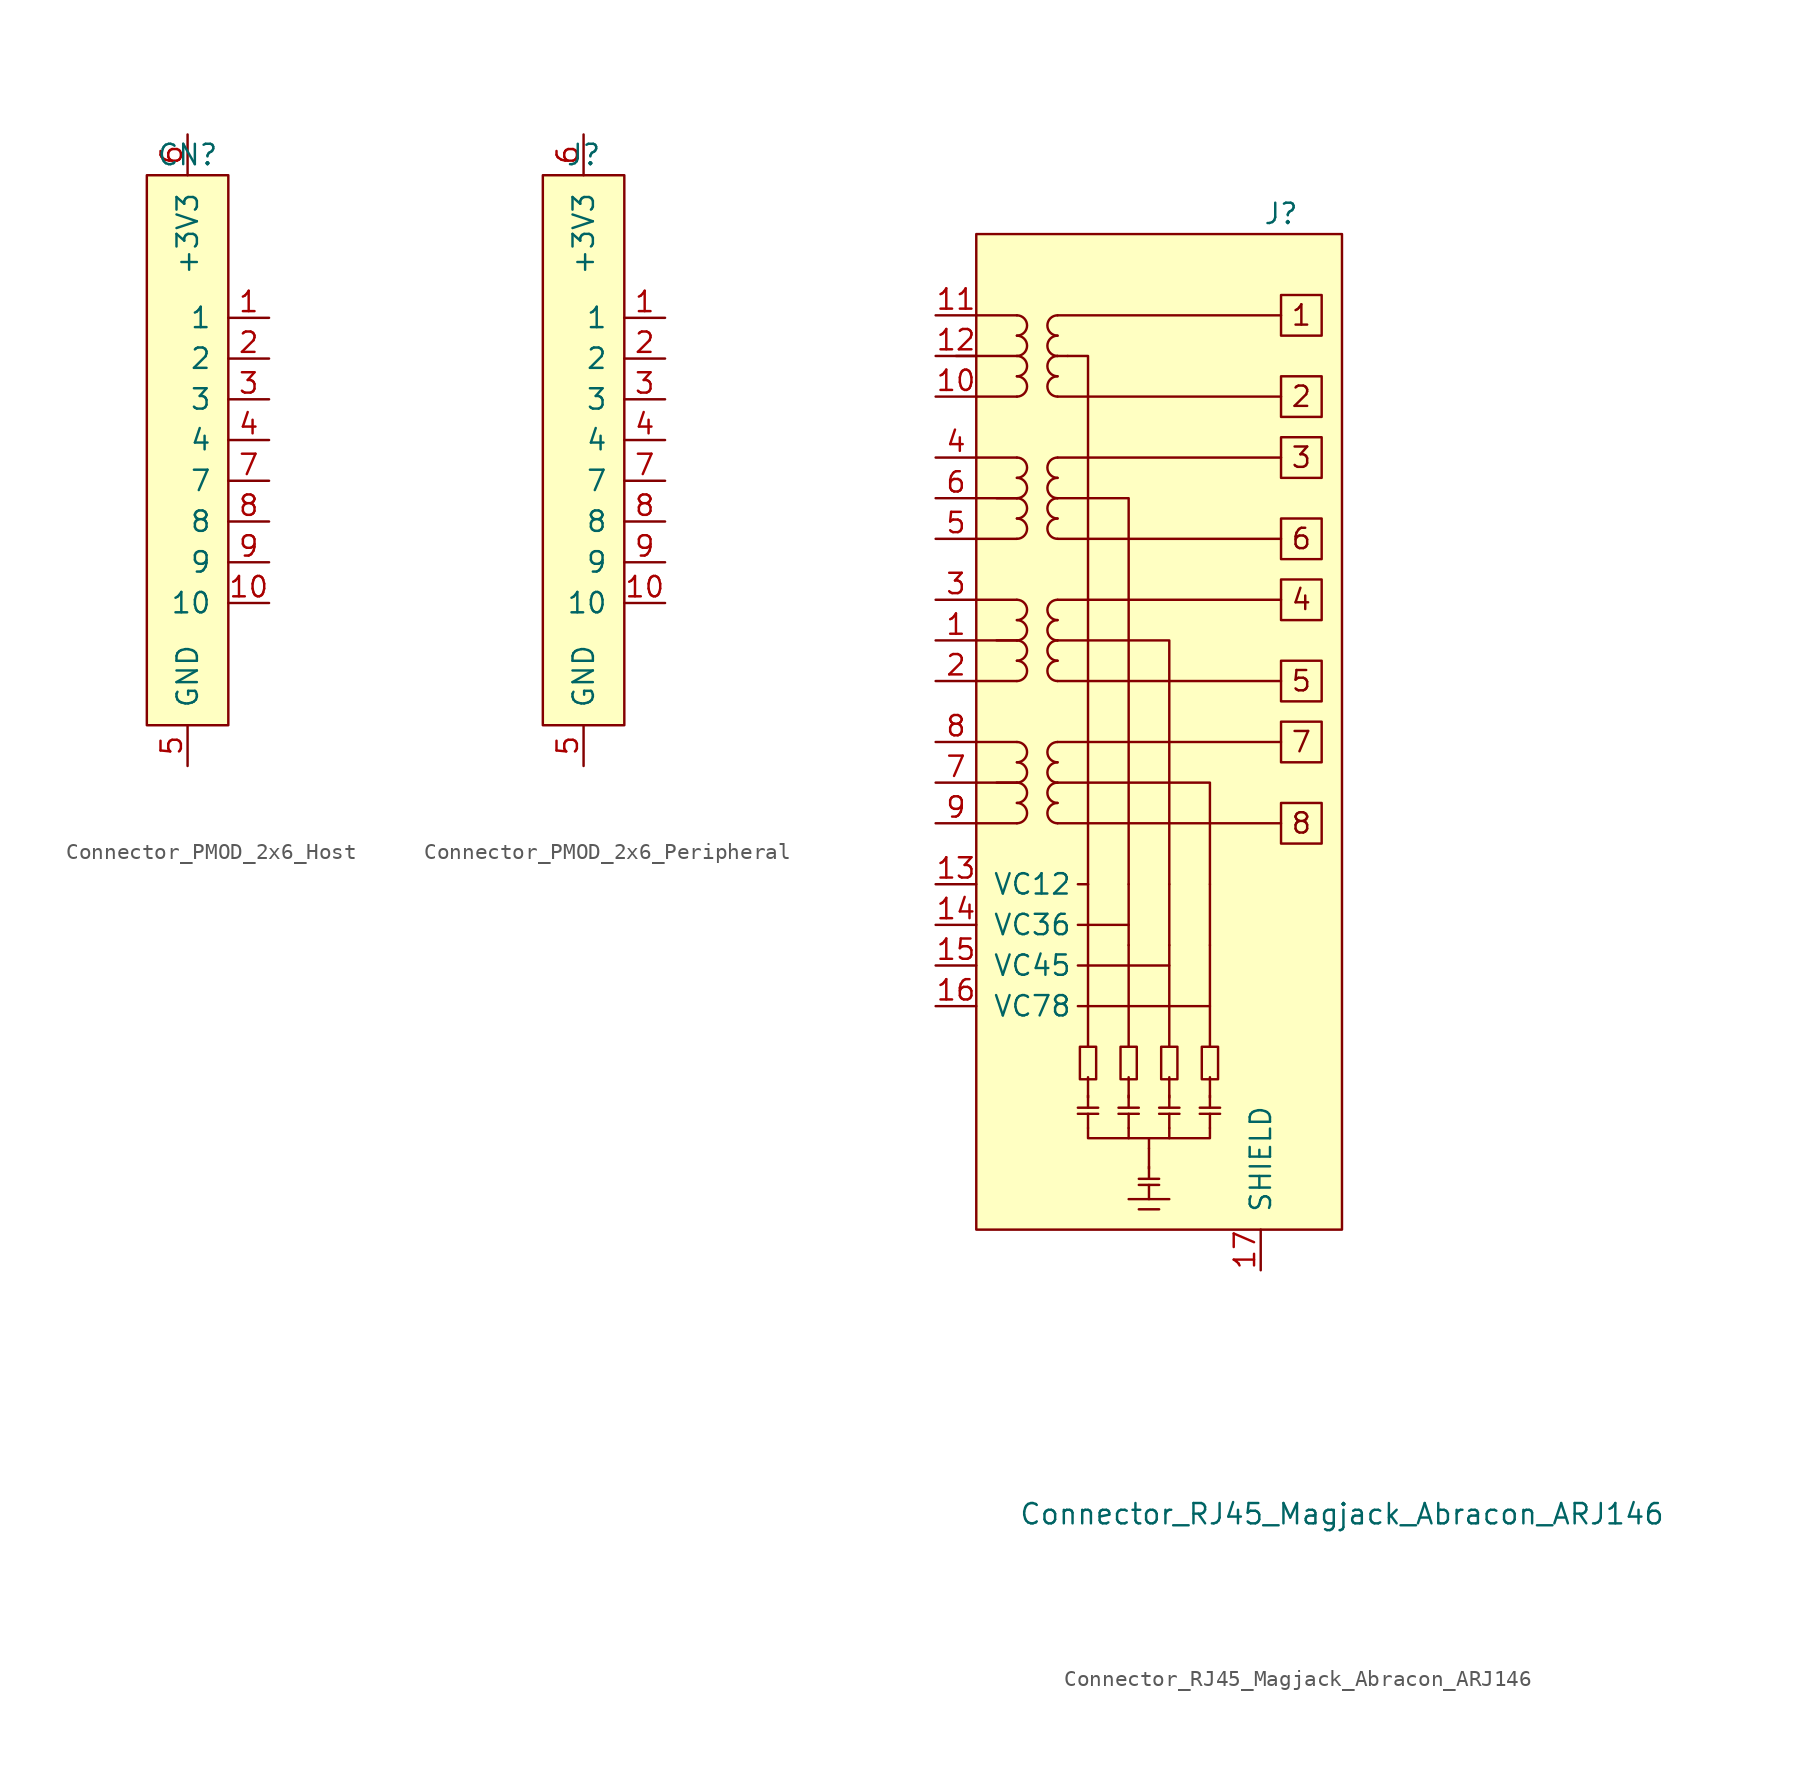
<source format=kicad_sym>
(kicad_symbol_lib
  (version 20220914)
  (generator kicad_symbol_editor)
  (symbol "Connector_PMOD_2x6_Host"
    (pin_names
      (offset 1.016))
    (property "Reference" "CN"
      (at 0 19.05 0)
      (effects (font (size 1.27 1.27))))
    (symbol "Connector_PMOD_2x6_Host_0_1"
      (rectangle (start -2.54 17.78) (end 2.54 -16.51) (stroke (width 0) (type default)) (fill (type background))))
    (symbol "Connector_PMOD_2x6_Host_1_1"
      (pin bidirectional line (at 5.08 8.89 180) (length 2.54) (name "1" (effects (font (size 1.27 1.27)))) (number "1" (effects (font (size 1.27 1.27)))))
      (pin bidirectional line (at 5.08 -8.89 180) (length 2.54) (name "10" (effects (font (size 1.27 1.27)))) (number "10" (effects (font (size 1.27 1.27)))))
      (pin passive line (at 0 -19.05 90) (length 2.54) hide (name "GND" (effects (font (size 1.27 1.27)))) (number "11" (effects (font (size 1.27 1.27)))))
      (pin passive line (at 0 20.32 270) (length 2.54) hide (name "+3V3" (effects (font (size 1.27 1.27)))) (number "12" (effects (font (size 1.27 1.27)))))
      (pin bidirectional line (at 5.08 6.35 180) (length 2.54) (name "2" (effects (font (size 1.27 1.27)))) (number "2" (effects (font (size 1.27 1.27)))))
      (pin bidirectional line (at 5.08 3.81 180) (length 2.54) (name "3" (effects (font (size 1.27 1.27)))) (number "3" (effects (font (size 1.27 1.27)))))
      (pin bidirectional line (at 5.08 1.27 180) (length 2.54) (name "4" (effects (font (size 1.27 1.27)))) (number "4" (effects (font (size 1.27 1.27)))))
      (pin power_in line (at 0 -19.05 90) (length 2.54) (name "GND" (effects (font (size 1.27 1.27)))) (number "5" (effects (font (size 1.27 1.27)))))
      (pin power_in line (at 0 20.32 270) (length 2.54) (name "+3V3" (effects (font (size 1.27 1.27)))) (number "6" (effects (font (size 1.27 1.27)))))
      (pin bidirectional line (at 5.08 -1.27 180) (length 2.54) (name "7" (effects (font (size 1.27 1.27)))) (number "7" (effects (font (size 1.27 1.27)))))
      (pin bidirectional line (at 5.08 -3.81 180) (length 2.54) (name "8" (effects (font (size 1.27 1.27)))) (number "8" (effects (font (size 1.27 1.27)))))
      (pin bidirectional line (at 5.08 -6.35 180) (length 2.54) (name "9" (effects (font (size 1.27 1.27)))) (number "9" (effects (font (size 1.27 1.27)))))))
  (symbol "Connector_PMOD_2x6_Peripheral"
    (pin_names
      (offset 1.016))
    (property "Reference" "J"
      (at 0 19.05 0)
      (effects (font (size 1.27 1.27))))
    (symbol "Connector_PMOD_2x6_Peripheral_0_1"
      (rectangle (start -2.54 17.78) (end 2.54 -16.51) (stroke (width 0) (type default)) (fill (type background))))
    (symbol "Connector_PMOD_2x6_Peripheral_1_1"
      (pin bidirectional line (at 5.08 8.89 180) (length 2.54) (name "1" (effects (font (size 1.27 1.27)))) (number "1" (effects (font (size 1.27 1.27)))))
      (pin bidirectional line (at 5.08 -8.89 180) (length 2.54) (name "10" (effects (font (size 1.27 1.27)))) (number "10" (effects (font (size 1.27 1.27)))))
      (pin passive line (at 0 -19.05 90) (length 2.54) hide (name "GND" (effects (font (size 1.27 1.27)))) (number "11" (effects (font (size 1.27 1.27)))))
      (pin passive line (at 0 20.32 270) (length 2.54) hide (name "+3V3" (effects (font (size 1.27 1.27)))) (number "12" (effects (font (size 1.27 1.27)))))
      (pin bidirectional line (at 5.08 6.35 180) (length 2.54) (name "2" (effects (font (size 1.27 1.27)))) (number "2" (effects (font (size 1.27 1.27)))))
      (pin bidirectional line (at 5.08 3.81 180) (length 2.54) (name "3" (effects (font (size 1.27 1.27)))) (number "3" (effects (font (size 1.27 1.27)))))
      (pin bidirectional line (at 5.08 1.27 180) (length 2.54) (name "4" (effects (font (size 1.27 1.27)))) (number "4" (effects (font (size 1.27 1.27)))))
      (pin power_out line (at 0 -19.05 90) (length 2.54) (name "GND" (effects (font (size 1.27 1.27)))) (number "5" (effects (font (size 1.27 1.27)))))
      (pin power_out line (at 0 20.32 270) (length 2.54) (name "+3V3" (effects (font (size 1.27 1.27)))) (number "6" (effects (font (size 1.27 1.27)))))
      (pin bidirectional line (at 5.08 -1.27 180) (length 2.54) (name "7" (effects (font (size 1.27 1.27)))) (number "7" (effects (font (size 1.27 1.27)))))
      (pin bidirectional line (at 5.08 -3.81 180) (length 2.54) (name "8" (effects (font (size 1.27 1.27)))) (number "8" (effects (font (size 1.27 1.27)))))
      (pin bidirectional line (at 5.08 -6.35 180) (length 2.54) (name "9" (effects (font (size 1.27 1.27)))) (number "9" (effects (font (size 1.27 1.27)))))))
  (symbol "Connector_RJ45_Magjack_Abracon_ARJ146"
    (pin_names
      (offset 1.016))
    (property "Reference" "J"
      (at 7.62 19.05 0)
      (effects (font (size 1.27 1.27))))
    (property "Value" "Connector_RJ45_Magjack_Abracon_ARJ146"
      (at 11.43 -62.23 0)
      (effects (font (size 1.27 1.27))))
    (symbol "Connector_RJ45_Magjack_Abracon_ARJ146_0_1"
      (polyline (pts (xy -8.89 -16.51) (xy -11.43 -16.51)) (stroke (width 0) (type default)) (fill (type none)))
      (polyline (pts (xy -8.89 -7.62) (xy -11.43 -7.62)) (stroke (width 0) (type default)) (fill (type none)))
      (polyline (pts (xy -8.89 1.27) (xy -11.43 1.27)) (stroke (width 0) (type default)) (fill (type none)))
      (polyline (pts (xy -8.89 10.16) (xy -12.7 10.16)) (stroke (width 0) (type default)) (fill (type none)))
      (polyline (pts (xy -6.35 -19.05) (xy 7.62 -19.05)) (stroke (width 0) (type default)) (fill (type none)))
      (polyline (pts (xy -6.35 -13.97) (xy 7.62 -13.97)) (stroke (width 0) (type default)) (fill (type none)))
      (polyline (pts (xy -6.35 -10.16) (xy 7.62 -10.16)) (stroke (width 0) (type default)) (fill (type none)))
      (polyline (pts (xy -6.35 -5.08) (xy 7.62 -5.08)) (stroke (width 0) (type default)) (fill (type none)))
      (polyline (pts (xy -6.35 -1.27) (xy 7.62 -1.27)) (stroke (width 0) (type default)) (fill (type none)))
      (polyline (pts (xy -6.35 3.81) (xy 7.62 3.81)) (stroke (width 0) (type default)) (fill (type none)))
      (polyline (pts (xy -6.35 7.62) (xy 7.62 7.62)) (stroke (width 0) (type default)) (fill (type none)))
      (polyline (pts (xy -6.35 12.7) (xy 7.62 12.7)) (stroke (width 0) (type default)) (fill (type none)))
      (polyline (pts (xy -5.715 10.16) (xy -6.35 10.16)) (stroke (width 0) (type default)) (fill (type none)))
      (polyline (pts (xy -5.08 -30.48) (xy 3.175 -30.48)) (stroke (width 0) (type default)) (fill (type none)))
      (polyline (pts (xy -5.08 -27.94) (xy 0.635 -27.94)) (stroke (width 0) (type default)) (fill (type none)))
      (polyline (pts (xy -5.08 -25.4) (xy -1.905 -25.4)) (stroke (width 0) (type default)) (fill (type none)))
      (polyline (pts (xy -4.445 -36.195) (xy -4.445 -34.925)) (stroke (width 0) (type default)) (fill (type none)))
      (polyline (pts (xy -4.445 -33.02) (xy -4.445 -25.4)) (stroke (width 0) (type default)) (fill (type none)))
      (polyline (pts (xy -4.445 -22.86) (xy -5.08 -22.86)) (stroke (width 0) (type default)) (fill (type none)))
      (polyline (pts (xy -4.445 -22.86) (xy -4.445 -25.4)) (stroke (width 0) (type default)) (fill (type none)))
      (polyline (pts (xy -1.905 -42.545) (xy 0.635 -42.545)) (stroke (width 0) (type default)) (fill (type none)))
      (polyline (pts (xy -1.905 -38.1) (xy -1.905 -38.735)) (stroke (width 0) (type default)) (fill (type none)))
      (polyline (pts (xy -1.905 -26.67) (xy -1.905 -33.02)) (stroke (width 0) (type default)) (fill (type none)))
      (polyline (pts (xy -1.905 -22.86) (xy -1.905 -26.67)) (stroke (width 0) (type default)) (fill (type none)))
      (polyline (pts (xy -1.27 -43.18) (xy 0 -43.18)) (stroke (width 0) (type default)) (fill (type none)))
      (polyline (pts (xy -0.635 -39.37) (xy -0.635 -38.735)) (stroke (width 0) (type default)) (fill (type none)))
      (polyline (pts (xy 0.635 -38.1) (xy 0.635 -38.735)) (stroke (width 0) (type default)) (fill (type none)))
      (polyline (pts (xy 0.635 -26.67) (xy 0.635 -33.02)) (stroke (width 0) (type default)) (fill (type none)))
      (polyline (pts (xy 0.635 -22.86) (xy 0.635 -26.67)) (stroke (width 0) (type default)) (fill (type none)))
      (polyline (pts (xy 3.175 -26.67) (xy 3.175 -33.02)) (stroke (width 0) (type default)) (fill (type none)))
      (polyline (pts (xy 3.175 -22.86) (xy 3.175 -26.67)) (stroke (width 0) (type default)) (fill (type none)))
      (polyline (pts (xy -4.445 -22.86) (xy -4.445 10.16) (xy -5.715 10.16)) (stroke (width 0) (type default)) (fill (type none)))
      (polyline (pts (xy -1.905 -22.86) (xy -1.905 1.27) (xy -6.35 1.27)) (stroke (width 0) (type default)) (fill (type none)))
      (polyline (pts (xy 0.635 -22.86) (xy 0.635 -7.62) (xy -6.35 -7.62)) (stroke (width 0) (type default)) (fill (type none)))
      (polyline (pts (xy 3.175 -22.86) (xy 3.175 -16.51) (xy -6.35 -16.51)) (stroke (width 0) (type default)) (fill (type none)))
      (polyline (pts (xy -4.445 -38.1) (xy -4.445 -38.735) (xy 3.175 -38.735) (xy 3.175 -38.1)) (stroke (width 0) (type default)) (fill (type none))))
    (symbol "Connector_RJ45_Magjack_Abracon_ARJ146_1_1"
      (rectangle (start -11.43 17.78) (end 11.43 -44.45) (stroke (width 0) (type default)) (fill (type background)))
      (arc (start -8.89 -19.05) (mid -8.2577 -18.415) (end -8.89 -17.78) (stroke (width 0) (type default)) (fill (type none)))
      (arc (start -8.89 -17.78) (mid -8.2577 -17.145) (end -8.89 -16.51) (stroke (width 0) (type default)) (fill (type none)))
      (arc (start -8.89 -16.51) (mid -8.2577 -15.875) (end -8.89 -15.24) (stroke (width 0) (type default)) (fill (type none)))
      (arc (start -8.89 -15.24) (mid -8.2577 -14.605) (end -8.89 -13.97) (stroke (width 0) (type default)) (fill (type none)))
      (arc (start -8.89 -10.16) (mid -8.2577 -9.525) (end -8.89 -8.89) (stroke (width 0) (type default)) (fill (type none)))
      (arc (start -8.89 -8.89) (mid -8.2577 -8.255) (end -8.89 -7.62) (stroke (width 0) (type default)) (fill (type none)))
      (arc (start -8.89 -7.62) (mid -8.2577 -6.985) (end -8.89 -6.35) (stroke (width 0) (type default)) (fill (type none)))
      (arc (start -8.89 -6.35) (mid -8.2577 -5.715) (end -8.89 -5.08) (stroke (width 0) (type default)) (fill (type none)))
      (arc (start -8.89 -1.27) (mid -8.2577 -0.635) (end -8.89 0) (stroke (width 0) (type default)) (fill (type none)))
      (arc (start -8.89 0) (mid -8.2577 0.635) (end -8.89 1.27) (stroke (width 0) (type default)) (fill (type none)))
      (arc (start -8.89 1.27) (mid -8.2577 1.905) (end -8.89 2.54) (stroke (width 0) (type default)) (fill (type none)))
      (arc (start -8.89 2.54) (mid -8.2577 3.175) (end -8.89 3.81) (stroke (width 0) (type default)) (fill (type none)))
      (arc (start -8.89 7.62) (mid -8.2577 8.255) (end -8.89 8.89) (stroke (width 0) (type default)) (fill (type none)))
      (arc (start -8.89 8.89) (mid -8.2577 9.525) (end -8.89 10.16) (stroke (width 0) (type default)) (fill (type none)))
      (arc (start -8.89 10.16) (mid -8.2577 10.795) (end -8.89 11.43) (stroke (width 0) (type default)) (fill (type none)))
      (arc (start -8.89 11.43) (mid -8.2577 12.065) (end -8.89 12.7) (stroke (width 0) (type default)) (fill (type none)))
      (arc (start -6.35 -17.78) (mid -6.9823 -18.415) (end -6.35 -19.05) (stroke (width 0) (type default)) (fill (type none)))
      (arc (start -6.35 -16.51) (mid -6.9823 -17.145) (end -6.35 -17.78) (stroke (width 0) (type default)) (fill (type none)))
      (arc (start -6.35 -15.24) (mid -6.9823 -15.875) (end -6.35 -16.51) (stroke (width 0) (type default)) (fill (type none)))
      (arc (start -6.35 -13.97) (mid -6.9823 -14.605) (end -6.35 -15.24) (stroke (width 0) (type default)) (fill (type none)))
      (arc (start -6.35 -8.89) (mid -6.9823 -9.525) (end -6.35 -10.16) (stroke (width 0) (type default)) (fill (type none)))
      (arc (start -6.35 -7.62) (mid -6.9823 -8.255) (end -6.35 -8.89) (stroke (width 0) (type default)) (fill (type none)))
      (arc (start -6.35 -6.35) (mid -6.9823 -6.985) (end -6.35 -7.62) (stroke (width 0) (type default)) (fill (type none)))
      (arc (start -6.35 -5.08) (mid -6.9823 -5.715) (end -6.35 -6.35) (stroke (width 0) (type default)) (fill (type none)))
      (arc (start -6.35 0) (mid -6.9823 -0.635) (end -6.35 -1.27) (stroke (width 0) (type default)) (fill (type none)))
      (arc (start -6.35 1.27) (mid -6.9823 0.635) (end -6.35 0) (stroke (width 0) (type default)) (fill (type none)))
      (arc (start -6.35 2.54) (mid -6.9823 1.905) (end -6.35 1.27) (stroke (width 0) (type default)) (fill (type none)))
      (arc (start -6.35 3.81) (mid -6.9823 3.175) (end -6.35 2.54) (stroke (width 0) (type default)) (fill (type none)))
      (arc (start -6.35 8.89) (mid -6.9823 8.255) (end -6.35 7.62) (stroke (width 0) (type default)) (fill (type none)))
      (arc (start -6.35 10.16) (mid -6.9823 9.525) (end -6.35 8.89) (stroke (width 0) (type default)) (fill (type none)))
      (arc (start -6.35 11.43) (mid -6.9823 10.795) (end -6.35 10.16) (stroke (width 0) (type default)) (fill (type none)))
      (arc (start -6.35 12.7) (mid -6.9823 12.065) (end -6.35 11.43) (stroke (width 0) (type default)) (fill (type none)))
      (rectangle (start -4.953 -33.02) (end -3.937 -35.052) (stroke (width 0) (type default)) (fill (type none)))
      (rectangle (start -2.413 -33.02) (end -1.397 -35.052) (stroke (width 0) (type default)) (fill (type none)))
      (polyline (pts (xy -11.43 -19.05) (xy -8.89 -19.05)) (stroke (width 0) (type default)) (fill (type none)))
      (polyline (pts (xy -11.43 -13.97) (xy -8.89 -13.97)) (stroke (width 0) (type default)) (fill (type none)))
      (polyline (pts (xy -11.43 -10.16) (xy -8.89 -10.16)) (stroke (width 0) (type default)) (fill (type none)))
      (polyline (pts (xy -11.43 -5.08) (xy -8.89 -5.08)) (stroke (width 0) (type default)) (fill (type none)))
      (polyline (pts (xy -11.43 -1.27) (xy -8.89 -1.27)) (stroke (width 0) (type default)) (fill (type none)))
      (polyline (pts (xy -11.43 3.81) (xy -8.89 3.81)) (stroke (width 0) (type default)) (fill (type none)))
      (polyline (pts (xy -11.43 7.62) (xy -8.89 7.62)) (stroke (width 0) (type default)) (fill (type none)))
      (polyline (pts (xy -11.43 12.7) (xy -8.89 12.7)) (stroke (width 0) (type default)) (fill (type none)))
      (polyline (pts (xy -8.89 -16.51) (xy -10.16 -16.51)) (stroke (width 0) (type default)) (fill (type none)))
      (polyline (pts (xy -8.89 -7.62) (xy -10.16 -7.62)) (stroke (width 0) (type default)) (fill (type none)))
      (polyline (pts (xy -8.89 1.27) (xy -10.16 1.27)) (stroke (width 0) (type default)) (fill (type none)))
      (polyline (pts (xy -5.08 -37.211) (xy -3.81 -37.211)) (stroke (width 0) (type default)) (fill (type none)))
      (polyline (pts (xy -5.08 -36.83) (xy -3.81 -36.83)) (stroke (width 0) (type default)) (fill (type none)))
      (polyline (pts (xy -4.445 -37.211) (xy -4.445 -38.1)) (stroke (width 0) (type default)) (fill (type none)))
      (polyline (pts (xy -4.445 -36.068) (xy -4.445 -36.83)) (stroke (width 0) (type default)) (fill (type none)))
      (polyline (pts (xy -2.54 -37.211) (xy -1.27 -37.211)) (stroke (width 0) (type default)) (fill (type none)))
      (polyline (pts (xy -2.54 -36.83) (xy -1.27 -36.83)) (stroke (width 0) (type default)) (fill (type none)))
      (polyline (pts (xy -1.905 -37.211) (xy -1.905 -38.1)) (stroke (width 0) (type default)) (fill (type none)))
      (polyline (pts (xy -1.905 -36.195) (xy -1.905 -34.925)) (stroke (width 0) (type default)) (fill (type none)))
      (polyline (pts (xy -1.905 -36.068) (xy -1.905 -36.83)) (stroke (width 0) (type default)) (fill (type none)))
      (polyline (pts (xy -1.27 -41.656) (xy 0 -41.656)) (stroke (width 0) (type default)) (fill (type none)))
      (polyline (pts (xy -1.27 -41.275) (xy 0 -41.275)) (stroke (width 0) (type default)) (fill (type none)))
      (polyline (pts (xy -0.635 -41.656) (xy -0.635 -42.545)) (stroke (width 0) (type default)) (fill (type none)))
      (polyline (pts (xy -0.635 -40.64) (xy -0.635 -39.37)) (stroke (width 0) (type default)) (fill (type none)))
      (polyline (pts (xy -0.635 -40.513) (xy -0.635 -41.275)) (stroke (width 0) (type default)) (fill (type none)))
      (polyline (pts (xy 0 -37.211) (xy 1.27 -37.211)) (stroke (width 0) (type default)) (fill (type none)))
      (polyline (pts (xy 0 -36.83) (xy 1.27 -36.83)) (stroke (width 0) (type default)) (fill (type none)))
      (polyline (pts (xy 0.635 -37.211) (xy 0.635 -38.1)) (stroke (width 0) (type default)) (fill (type none)))
      (polyline (pts (xy 0.635 -36.195) (xy 0.635 -34.925)) (stroke (width 0) (type default)) (fill (type none)))
      (polyline (pts (xy 0.635 -36.068) (xy 0.635 -36.83)) (stroke (width 0) (type default)) (fill (type none)))
      (polyline (pts (xy 2.54 -37.211) (xy 3.81 -37.211)) (stroke (width 0) (type default)) (fill (type none)))
      (polyline (pts (xy 2.54 -36.83) (xy 3.81 -36.83)) (stroke (width 0) (type default)) (fill (type none)))
      (polyline (pts (xy 3.175 -37.211) (xy 3.175 -38.1)) (stroke (width 0) (type default)) (fill (type none)))
      (polyline (pts (xy 3.175 -36.195) (xy 3.175 -34.925)) (stroke (width 0) (type default)) (fill (type none)))
      (polyline (pts (xy 3.175 -36.068) (xy 3.175 -36.83)) (stroke (width 0) (type default)) (fill (type none)))
      (rectangle (start 0.127 -33.02) (end 1.143 -35.052) (stroke (width 0) (type default)) (fill (type none)))
      (rectangle (start 2.667 -33.02) (end 3.683 -35.052) (stroke (width 0) (type default)) (fill (type none)))
      (rectangle (start 7.62 -17.78) (end 10.16 -20.32) (stroke (width 0) (type default)) (fill (type none)))
      (rectangle (start 7.62 -12.7) (end 10.16 -15.24) (stroke (width 0) (type default)) (fill (type none)))
      (rectangle (start 7.62 -8.89) (end 10.16 -11.43) (stroke (width 0) (type default)) (fill (type none)))
      (rectangle (start 7.62 -3.81) (end 10.16 -6.35) (stroke (width 0) (type default)) (fill (type none)))
      (rectangle (start 7.62 0) (end 10.16 -2.54) (stroke (width 0) (type default)) (fill (type none)))
      (rectangle (start 7.62 5.08) (end 10.16 2.54) (stroke (width 0) (type default)) (fill (type none)))
      (rectangle (start 7.62 8.89) (end 10.16 6.35) (stroke (width 0) (type default)) (fill (type none)))
      (rectangle (start 7.62 13.97) (end 10.16 11.43) (stroke (width 0) (type default)) (fill (type none)))
      (text "1" (at 8.89 12.7 0) (effects (font (size 1.27 1.27))))
      (text "2" (at 8.89 7.62 0) (effects (font (size 1.27 1.27))))
      (text "3" (at 8.89 3.81 0) (effects (font (size 1.27 1.27))))
      (text "4" (at 8.89 -5.08 0) (effects (font (size 1.27 1.27))))
      (text "5" (at 8.89 -10.16 0) (effects (font (size 1.27 1.27))))
      (text "6" (at 8.89 -1.27 0) (effects (font (size 1.27 1.27))))
      (text "7" (at 8.89 -13.97 0) (effects (font (size 1.27 1.27))))
      (text "8" (at 8.89 -19.05 0) (effects (font (size 1.27 1.27))))
      (pin passive line (at -13.97 -7.62 0) (length 2.54) (name "~" (effects (font (size 1.27 1.27)))) (number "1" (effects (font (size 1.27 1.27)))))
      (pin passive line (at -13.97 7.62 0) (length 2.54) (name "~" (effects (font (size 1.27 1.27)))) (number "10" (effects (font (size 1.27 1.27)))))
      (pin passive line (at -13.97 12.7 0) (length 2.54) (name "~" (effects (font (size 1.27 1.27)))) (number "11" (effects (font (size 1.27 1.27)))))
      (pin passive line (at -13.97 10.16 0) (length 2.54) (name "~" (effects (font (size 1.27 1.27)))) (number "12" (effects (font (size 1.27 1.27)))))
      (pin passive line (at -13.97 -22.86 0) (length 2.54) (name "VC12" (effects (font (size 1.27 1.27)))) (number "13" (effects (font (size 1.27 1.27)))))
      (pin passive line (at -13.97 -25.4 0) (length 2.54) (name "VC36" (effects (font (size 1.27 1.27)))) (number "14" (effects (font (size 1.27 1.27)))))
      (pin passive line (at -13.97 -27.94 0) (length 2.54) (name "VC45" (effects (font (size 1.27 1.27)))) (number "15" (effects (font (size 1.27 1.27)))))
      (pin passive line (at -13.97 -30.48 0) (length 2.54) (name "VC78" (effects (font (size 1.27 1.27)))) (number "16" (effects (font (size 1.27 1.27)))))
      (pin passive line (at 6.35 -46.99 90) (length 2.54) (name "SHIELD" (effects (font (size 1.27 1.27)))) (number "17" (effects (font (size 1.27 1.27)))))
      (pin passive line (at -13.97 -10.16 0) (length 2.54) (name "~" (effects (font (size 1.27 1.27)))) (number "2" (effects (font (size 1.27 1.27)))))
      (pin passive line (at -13.97 -5.08 0) (length 2.54) (name "~" (effects (font (size 1.27 1.27)))) (number "3" (effects (font (size 1.27 1.27)))))
      (pin passive line (at -13.97 3.81 0) (length 2.54) (name "~" (effects (font (size 1.27 1.27)))) (number "4" (effects (font (size 1.27 1.27)))))
      (pin passive line (at -13.97 -1.27 0) (length 2.54) (name "~" (effects (font (size 1.27 1.27)))) (number "5" (effects (font (size 1.27 1.27)))))
      (pin passive line (at -13.97 1.27 0) (length 2.54) (name "~" (effects (font (size 1.27 1.27)))) (number "6" (effects (font (size 1.27 1.27)))))
      (pin passive line (at -13.97 -16.51 0) (length 2.54) (name "~" (effects (font (size 1.27 1.27)))) (number "7" (effects (font (size 1.27 1.27)))))
      (pin passive line (at -13.97 -13.97 0) (length 2.54) (name "~" (effects (font (size 1.27 1.27)))) (number "8" (effects (font (size 1.27 1.27)))))
      (pin passive line (at -13.97 -19.05 0) (length 2.54) (name "~" (effects (font (size 1.27 1.27)))) (number "9" (effects (font (size 1.27 1.27))))))))
</source>
